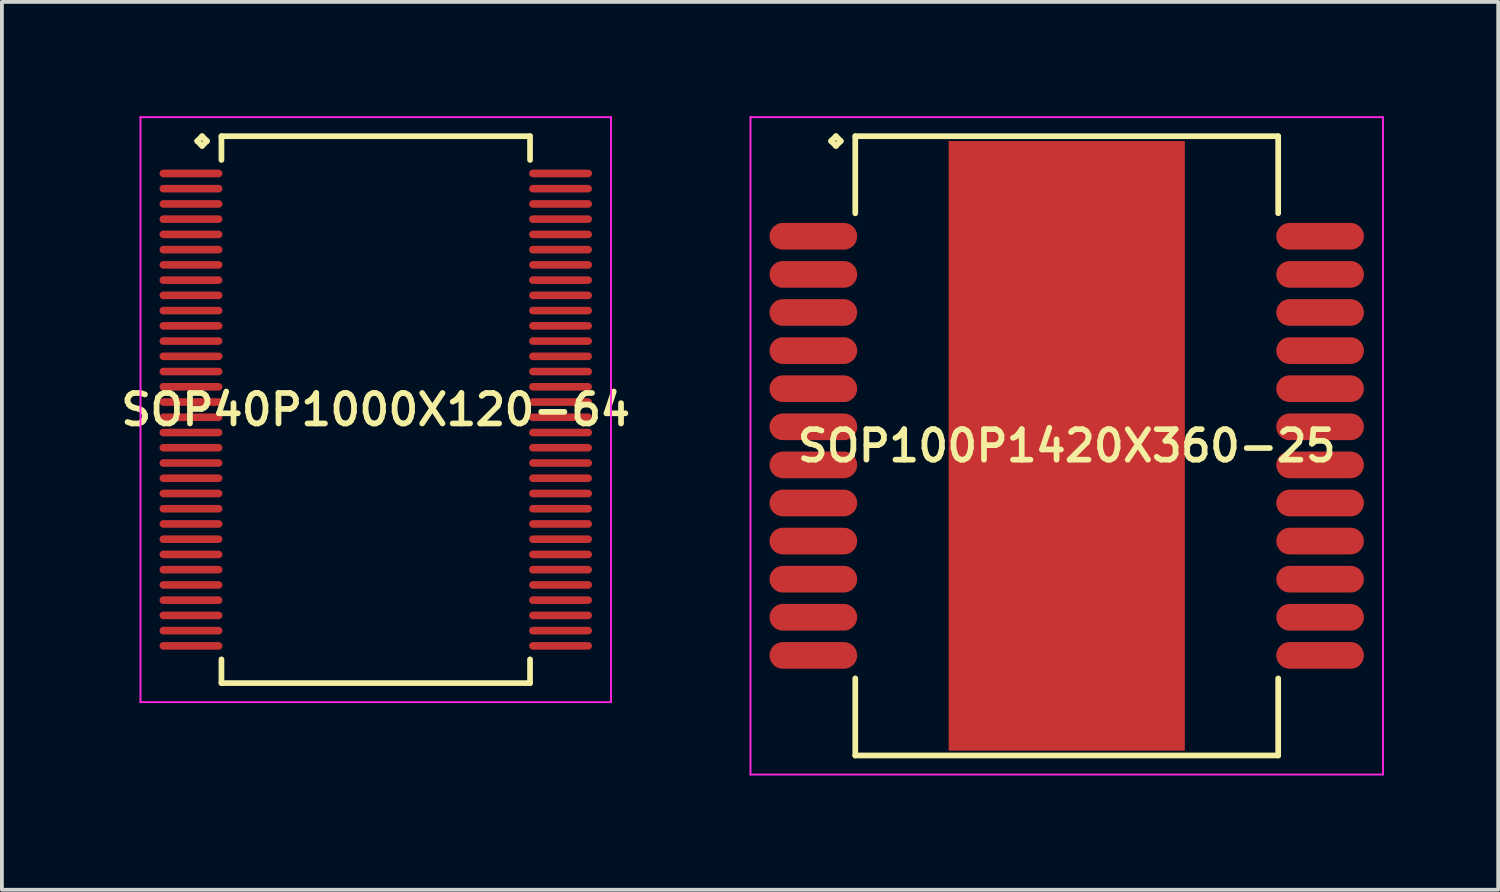
<source format=kicad_pcb>
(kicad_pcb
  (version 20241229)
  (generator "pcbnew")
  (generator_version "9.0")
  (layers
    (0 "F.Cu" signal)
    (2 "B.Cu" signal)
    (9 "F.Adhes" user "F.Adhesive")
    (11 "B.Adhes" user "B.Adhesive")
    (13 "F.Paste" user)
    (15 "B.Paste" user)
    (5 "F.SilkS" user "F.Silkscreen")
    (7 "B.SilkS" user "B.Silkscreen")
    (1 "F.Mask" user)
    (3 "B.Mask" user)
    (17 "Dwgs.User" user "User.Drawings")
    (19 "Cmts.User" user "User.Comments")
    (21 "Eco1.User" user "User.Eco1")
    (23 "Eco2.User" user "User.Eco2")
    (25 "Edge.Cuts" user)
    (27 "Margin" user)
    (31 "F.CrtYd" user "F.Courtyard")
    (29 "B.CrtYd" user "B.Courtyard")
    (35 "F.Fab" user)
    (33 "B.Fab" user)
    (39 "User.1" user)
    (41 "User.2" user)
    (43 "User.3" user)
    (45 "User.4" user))
  (footprint "SOP100P1420X360-25"
    (layer "F.Cu")
    (at 24.948 8.652)
    (property "Reference" "SOP100P1420X360-25" (at 0 0 0) (layer "F.SilkS") (effects (font (size 0.8 0.8) (thickness 0.15))))
    (attr smd)
    (fp_line (start -6.185 -8) (end -6.058 -8.127) (stroke (width 0.15) (type solid)) (layer "F.SilkS"))
    (fp_line (start -6.058 -8.127) (end -5.931 -8) (stroke (width 0.15) (type solid)) (layer "F.SilkS"))
    (fp_line (start -6.058 -7.873) (end -6.185 -8) (stroke (width 0.15) (type solid)) (layer "F.SilkS"))
    (fp_line (start -5.931 -8) (end -6.058 -7.873) (stroke (width 0.15) (type solid)) (layer "F.SilkS"))
    (fp_line (start -5.55 -8.127) (end 5.55 -8.127) (stroke (width 0.15) (type solid)) (layer "F.SilkS"))
    (fp_line (start -5.55 -6.104) (end -5.55 -8.127) (stroke (width 0.15) (type solid)) (layer "F.SilkS"))
    (fp_line (start -5.55 6.104) (end -5.55 8.127) (stroke (width 0.15) (type solid)) (layer "F.SilkS"))
    (fp_line (start -5.55 8.127) (end 5.55 8.127) (stroke (width 0.15) (type solid)) (layer "F.SilkS"))
    (fp_line (start 5.55 -8.127) (end 5.55 -6.104) (stroke (width 0.15) (type solid)) (layer "F.SilkS"))
    (fp_line (start 5.55 8.127) (end 5.55 6.104) (stroke (width 0.15) (type solid)) (layer "F.SilkS"))
    (fp_line (start -8.3 -8.627) (end 8.3 -8.627) (stroke (width 0.05) (type solid)) (layer "F.CrtYd"))
    (fp_line (start -8.3 8.627) (end -8.3 -8.627) (stroke (width 0.05) (type solid)) (layer "F.CrtYd"))
    (fp_line (start 8.3 -8.627) (end 8.3 8.627) (stroke (width 0.05) (type solid)) (layer "F.CrtYd"))
    (fp_line (start 8.3 8.627) (end -8.3 8.627) (stroke (width 0.05) (type solid)) (layer "F.CrtYd"))
    (pad "1" smd oval (at -6.65 -5.5) (size 2.3 0.7) (layers "F.Cu" "F.Mask" "F.Paste"))
    (pad "2" smd oval (at -6.65 -4.5) (size 2.3 0.7) (layers "F.Cu" "F.Mask" "F.Paste"))
    (pad "3" smd oval (at -6.65 -3.5) (size 2.3 0.7) (layers "F.Cu" "F.Mask" "F.Paste"))
    (pad "4" smd oval (at -6.65 -2.5) (size 2.3 0.7) (layers "F.Cu" "F.Mask" "F.Paste"))
    (pad "5" smd oval (at -6.65 -1.5) (size 2.3 0.7) (layers "F.Cu" "F.Mask" "F.Paste"))
    (pad "6" smd oval (at -6.65 -0.5) (size 2.3 0.7) (layers "F.Cu" "F.Mask" "F.Paste"))
    (pad "7" smd oval (at -6.65 0.5) (size 2.3 0.7) (layers "F.Cu" "F.Mask" "F.Paste"))
    (pad "8" smd oval (at -6.65 1.5) (size 2.3 0.7) (layers "F.Cu" "F.Mask" "F.Paste"))
    (pad "9" smd oval (at -6.65 2.5) (size 2.3 0.7) (layers "F.Cu" "F.Mask" "F.Paste"))
    (pad "10" smd oval (at -6.65 3.5) (size 2.3 0.7) (layers "F.Cu" "F.Mask" "F.Paste"))
    (pad "11" smd oval (at -6.65 4.5) (size 2.3 0.7) (layers "F.Cu" "F.Mask" "F.Paste"))
    (pad "12" smd oval (at -6.65 5.5) (size 2.3 0.7) (layers "F.Cu" "F.Mask" "F.Paste"))
    (pad "13" smd oval (at 6.65 5.5) (size 2.3 0.7) (layers "F.Cu" "F.Mask" "F.Paste"))
    (pad "14" smd oval (at 6.65 4.5) (size 2.3 0.7) (layers "F.Cu" "F.Mask" "F.Paste"))
    (pad "15" smd oval (at 6.65 3.5) (size 2.3 0.7) (layers "F.Cu" "F.Mask" "F.Paste"))
    (pad "16" smd oval (at 6.65 2.5) (size 2.3 0.7) (layers "F.Cu" "F.Mask" "F.Paste"))
    (pad "17" smd oval (at 6.65 1.5) (size 2.3 0.7) (layers "F.Cu" "F.Mask" "F.Paste"))
    (pad "18" smd oval (at 6.65 0.5) (size 2.3 0.7) (layers "F.Cu" "F.Mask" "F.Paste"))
    (pad "19" smd oval (at 6.65 -0.5) (size 2.3 0.7) (layers "F.Cu" "F.Mask" "F.Paste"))
    (pad "20" smd oval (at 6.65 -1.5) (size 2.3 0.7) (layers "F.Cu" "F.Mask" "F.Paste"))
    (pad "21" smd oval (at 6.65 -2.5) (size 2.3 0.7) (layers "F.Cu" "F.Mask" "F.Paste"))
    (pad "22" smd oval (at 6.65 -3.5) (size 2.3 0.7) (layers "F.Cu" "F.Mask" "F.Paste"))
    (pad "23" smd oval (at 6.65 -4.5) (size 2.3 0.7) (layers "F.Cu" "F.Mask" "F.Paste"))
    (pad "24" smd oval (at 6.65 -5.5) (size 2.3 0.7) (layers "F.Cu" "F.Mask" "F.Paste"))
    (pad "25" smd rect (at 0 0) (size 6.2 16) (layers "F.Cu" "F.Mask" "F.Paste")))
  (footprint "SOP40P1000X120-64"
    (layer "F.Cu")
    (at 6.812 7.702)
    (property "Reference" "SOP40P1000X120-64" (at 0 0 0) (layer "F.SilkS") (effects (font (size 0.8 0.8) (thickness 0.15))))
    (attr smd)
    (fp_line (start -4.685 -7.05) (end -4.558 -7.177) (stroke (width 0.15) (type solid)) (layer "F.SilkS"))
    (fp_line (start -4.558 -7.177) (end -4.431 -7.05) (stroke (width 0.15) (type solid)) (layer "F.SilkS"))
    (fp_line (start -4.558 -6.923) (end -4.685 -7.05) (stroke (width 0.15) (type solid)) (layer "F.SilkS"))
    (fp_line (start -4.431 -7.05) (end -4.558 -6.923) (stroke (width 0.15) (type solid)) (layer "F.SilkS"))
    (fp_line (start -4.05 -7.177) (end 4.05 -7.177) (stroke (width 0.15) (type solid)) (layer "F.SilkS"))
    (fp_line (start -4.05 -6.554) (end -4.05 -7.177) (stroke (width 0.15) (type solid)) (layer "F.SilkS"))
    (fp_line (start -4.05 6.554) (end -4.05 7.177) (stroke (width 0.15) (type solid)) (layer "F.SilkS"))
    (fp_line (start -4.05 7.177) (end 4.05 7.177) (stroke (width 0.15) (type solid)) (layer "F.SilkS"))
    (fp_line (start 4.05 -7.177) (end 4.05 -6.554) (stroke (width 0.15) (type solid)) (layer "F.SilkS"))
    (fp_line (start 4.05 7.177) (end 4.05 6.554) (stroke (width 0.15) (type solid)) (layer "F.SilkS"))
    (fp_line (start -6.175 -7.677) (end 6.175 -7.677) (stroke (width 0.05) (type solid)) (layer "F.CrtYd"))
    (fp_line (start -6.175 7.677) (end -6.175 -7.677) (stroke (width 0.05) (type solid)) (layer "F.CrtYd"))
    (fp_line (start 6.175 -7.677) (end 6.175 7.677) (stroke (width 0.05) (type solid)) (layer "F.CrtYd"))
    (fp_line (start 6.175 7.677) (end -6.175 7.677) (stroke (width 0.05) (type solid)) (layer "F.CrtYd"))
    (pad "1" smd oval (at -4.85 -6.2) (size 1.65 0.2) (layers "F.Cu" "F.Mask" "F.Paste"))
    (pad "2" smd oval (at -4.85 -5.8) (size 1.65 0.2) (layers "F.Cu" "F.Mask" "F.Paste"))
    (pad "3" smd oval (at -4.85 -5.4) (size 1.65 0.2) (layers "F.Cu" "F.Mask" "F.Paste"))
    (pad "4" smd oval (at -4.85 -5) (size 1.65 0.2) (layers "F.Cu" "F.Mask" "F.Paste"))
    (pad "5" smd oval (at -4.85 -4.6) (size 1.65 0.2) (layers "F.Cu" "F.Mask" "F.Paste"))
    (pad "6" smd oval (at -4.85 -4.2) (size 1.65 0.2) (layers "F.Cu" "F.Mask" "F.Paste"))
    (pad "7" smd oval (at -4.85 -3.8) (size 1.65 0.2) (layers "F.Cu" "F.Mask" "F.Paste"))
    (pad "8" smd oval (at -4.85 -3.4) (size 1.65 0.2) (layers "F.Cu" "F.Mask" "F.Paste"))
    (pad "9" smd oval (at -4.85 -3) (size 1.65 0.2) (layers "F.Cu" "F.Mask" "F.Paste"))
    (pad "10" smd oval (at -4.85 -2.6) (size 1.65 0.2) (layers "F.Cu" "F.Mask" "F.Paste"))
    (pad "11" smd oval (at -4.85 -2.2) (size 1.65 0.2) (layers "F.Cu" "F.Mask" "F.Paste"))
    (pad "12" smd oval (at -4.85 -1.8) (size 1.65 0.2) (layers "F.Cu" "F.Mask" "F.Paste"))
    (pad "13" smd oval (at -4.85 -1.4) (size 1.65 0.2) (layers "F.Cu" "F.Mask" "F.Paste"))
    (pad "14" smd oval (at -4.85 -1) (size 1.65 0.2) (layers "F.Cu" "F.Mask" "F.Paste"))
    (pad "15" smd oval (at -4.85 -0.6) (size 1.65 0.2) (layers "F.Cu" "F.Mask" "F.Paste"))
    (pad "16" smd oval (at -4.85 -0.2) (size 1.65 0.2) (layers "F.Cu" "F.Mask" "F.Paste"))
    (pad "17" smd oval (at -4.85 0.2) (size 1.65 0.2) (layers "F.Cu" "F.Mask" "F.Paste"))
    (pad "18" smd oval (at -4.85 0.6) (size 1.65 0.2) (layers "F.Cu" "F.Mask" "F.Paste"))
    (pad "19" smd oval (at -4.85 1) (size 1.65 0.2) (layers "F.Cu" "F.Mask" "F.Paste"))
    (pad "20" smd oval (at -4.85 1.4) (size 1.65 0.2) (layers "F.Cu" "F.Mask" "F.Paste"))
    (pad "21" smd oval (at -4.85 1.8) (size 1.65 0.2) (layers "F.Cu" "F.Mask" "F.Paste"))
    (pad "22" smd oval (at -4.85 2.2) (size 1.65 0.2) (layers "F.Cu" "F.Mask" "F.Paste"))
    (pad "23" smd oval (at -4.85 2.6) (size 1.65 0.2) (layers "F.Cu" "F.Mask" "F.Paste"))
    (pad "24" smd oval (at -4.85 3) (size 1.65 0.2) (layers "F.Cu" "F.Mask" "F.Paste"))
    (pad "25" smd oval (at -4.85 3.4) (size 1.65 0.2) (layers "F.Cu" "F.Mask" "F.Paste"))
    (pad "26" smd oval (at -4.85 3.8) (size 1.65 0.2) (layers "F.Cu" "F.Mask" "F.Paste"))
    (pad "27" smd oval (at -4.85 4.2) (size 1.65 0.2) (layers "F.Cu" "F.Mask" "F.Paste"))
    (pad "28" smd oval (at -4.85 4.6) (size 1.65 0.2) (layers "F.Cu" "F.Mask" "F.Paste"))
    (pad "29" smd oval (at -4.85 5) (size 1.65 0.2) (layers "F.Cu" "F.Mask" "F.Paste"))
    (pad "30" smd oval (at -4.85 5.4) (size 1.65 0.2) (layers "F.Cu" "F.Mask" "F.Paste"))
    (pad "31" smd oval (at -4.85 5.8) (size 1.65 0.2) (layers "F.Cu" "F.Mask" "F.Paste"))
    (pad "32" smd oval (at -4.85 6.2) (size 1.65 0.2) (layers "F.Cu" "F.Mask" "F.Paste"))
    (pad "33" smd oval (at 4.85 6.2) (size 1.65 0.2) (layers "F.Cu" "F.Mask" "F.Paste"))
    (pad "34" smd oval (at 4.85 5.8) (size 1.65 0.2) (layers "F.Cu" "F.Mask" "F.Paste"))
    (pad "35" smd oval (at 4.85 5.4) (size 1.65 0.2) (layers "F.Cu" "F.Mask" "F.Paste"))
    (pad "36" smd oval (at 4.85 5) (size 1.65 0.2) (layers "F.Cu" "F.Mask" "F.Paste"))
    (pad "37" smd oval (at 4.85 4.6) (size 1.65 0.2) (layers "F.Cu" "F.Mask" "F.Paste"))
    (pad "38" smd oval (at 4.85 4.2) (size 1.65 0.2) (layers "F.Cu" "F.Mask" "F.Paste"))
    (pad "39" smd oval (at 4.85 3.8) (size 1.65 0.2) (layers "F.Cu" "F.Mask" "F.Paste"))
    (pad "40" smd oval (at 4.85 3.4) (size 1.65 0.2) (layers "F.Cu" "F.Mask" "F.Paste"))
    (pad "41" smd oval (at 4.85 3) (size 1.65 0.2) (layers "F.Cu" "F.Mask" "F.Paste"))
    (pad "42" smd oval (at 4.85 2.6) (size 1.65 0.2) (layers "F.Cu" "F.Mask" "F.Paste"))
    (pad "43" smd oval (at 4.85 2.2) (size 1.65 0.2) (layers "F.Cu" "F.Mask" "F.Paste"))
    (pad "44" smd oval (at 4.85 1.8) (size 1.65 0.2) (layers "F.Cu" "F.Mask" "F.Paste"))
    (pad "45" smd oval (at 4.85 1.4) (size 1.65 0.2) (layers "F.Cu" "F.Mask" "F.Paste"))
    (pad "46" smd oval (at 4.85 1) (size 1.65 0.2) (layers "F.Cu" "F.Mask" "F.Paste"))
    (pad "47" smd oval (at 4.85 0.6) (size 1.65 0.2) (layers "F.Cu" "F.Mask" "F.Paste"))
    (pad "48" smd oval (at 4.85 0.2) (size 1.65 0.2) (layers "F.Cu" "F.Mask" "F.Paste"))
    (pad "49" smd oval (at 4.85 -0.2) (size 1.65 0.2) (layers "F.Cu" "F.Mask" "F.Paste"))
    (pad "50" smd oval (at 4.85 -0.6) (size 1.65 0.2) (layers "F.Cu" "F.Mask" "F.Paste"))
    (pad "51" smd oval (at 4.85 -1) (size 1.65 0.2) (layers "F.Cu" "F.Mask" "F.Paste"))
    (pad "52" smd oval (at 4.85 -1.4) (size 1.65 0.2) (layers "F.Cu" "F.Mask" "F.Paste"))
    (pad "53" smd oval (at 4.85 -1.8) (size 1.65 0.2) (layers "F.Cu" "F.Mask" "F.Paste"))
    (pad "54" smd oval (at 4.85 -2.2) (size 1.65 0.2) (layers "F.Cu" "F.Mask" "F.Paste"))
    (pad "55" smd oval (at 4.85 -2.6) (size 1.65 0.2) (layers "F.Cu" "F.Mask" "F.Paste"))
    (pad "56" smd oval (at 4.85 -3) (size 1.65 0.2) (layers "F.Cu" "F.Mask" "F.Paste"))
    (pad "57" smd oval (at 4.85 -3.4) (size 1.65 0.2) (layers "F.Cu" "F.Mask" "F.Paste"))
    (pad "58" smd oval (at 4.85 -3.8) (size 1.65 0.2) (layers "F.Cu" "F.Mask" "F.Paste"))
    (pad "59" smd oval (at 4.85 -4.2) (size 1.65 0.2) (layers "F.Cu" "F.Mask" "F.Paste"))
    (pad "60" smd oval (at 4.85 -4.6) (size 1.65 0.2) (layers "F.Cu" "F.Mask" "F.Paste"))
    (pad "61" smd oval (at 4.85 -5) (size 1.65 0.2) (layers "F.Cu" "F.Mask" "F.Paste"))
    (pad "62" smd oval (at 4.85 -5.4) (size 1.65 0.2) (layers "F.Cu" "F.Mask" "F.Paste"))
    (pad "63" smd oval (at 4.85 -5.8) (size 1.65 0.2) (layers "F.Cu" "F.Mask" "F.Paste"))
    (pad "64" smd oval (at 4.85 -6.2) (size 1.65 0.2) (layers "F.Cu" "F.Mask" "F.Paste")))
  (gr_rect
    (start -3 -3)
    (end 36.273 20.304)
    (stroke (width 0.1) (type default))
    (fill no)
    (layer "Edge.Cuts")))
</source>
